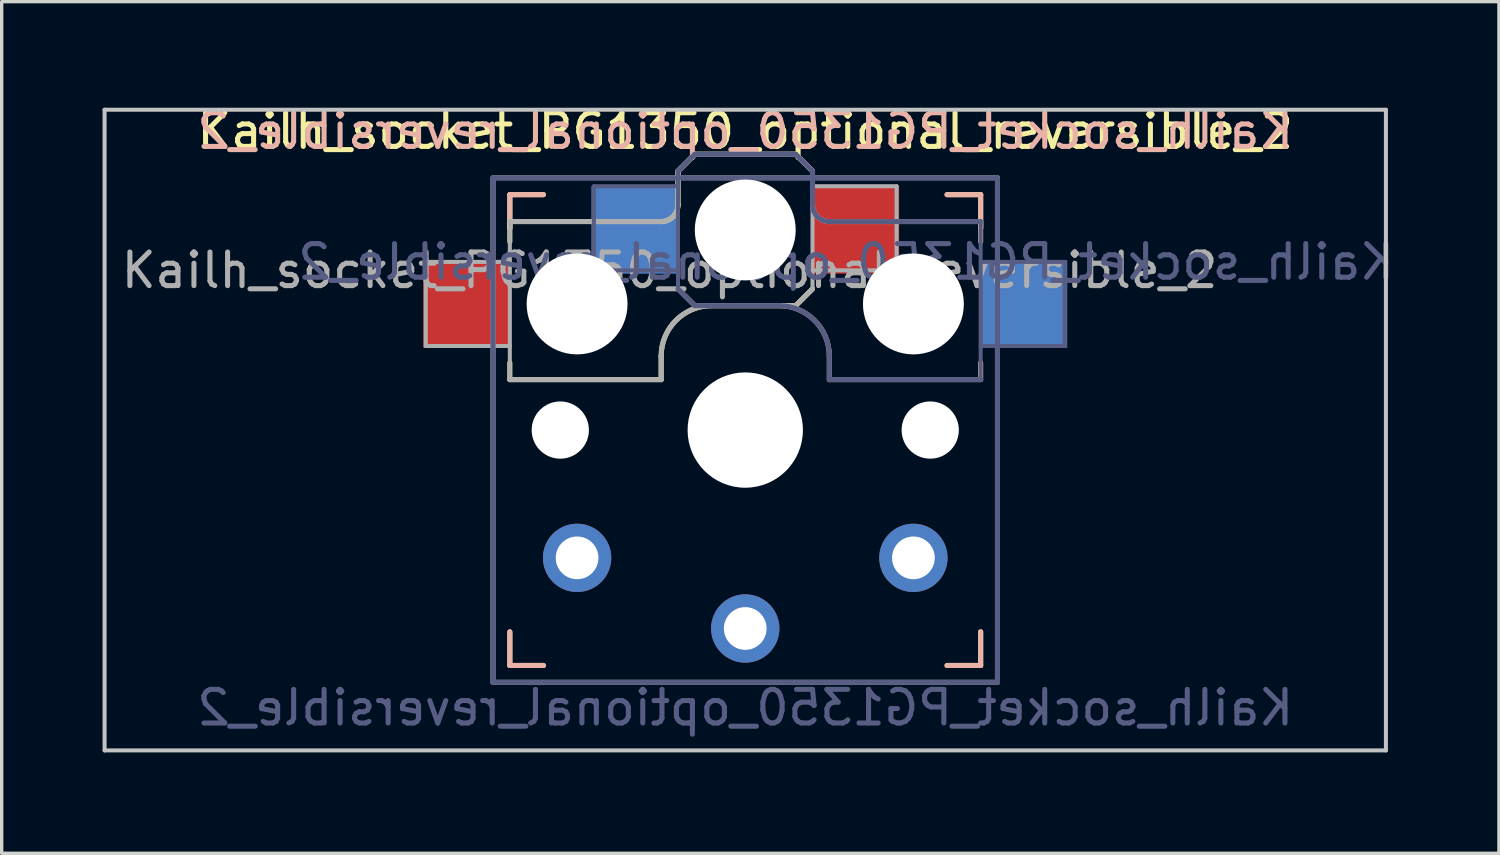
<source format=kicad_pcb>
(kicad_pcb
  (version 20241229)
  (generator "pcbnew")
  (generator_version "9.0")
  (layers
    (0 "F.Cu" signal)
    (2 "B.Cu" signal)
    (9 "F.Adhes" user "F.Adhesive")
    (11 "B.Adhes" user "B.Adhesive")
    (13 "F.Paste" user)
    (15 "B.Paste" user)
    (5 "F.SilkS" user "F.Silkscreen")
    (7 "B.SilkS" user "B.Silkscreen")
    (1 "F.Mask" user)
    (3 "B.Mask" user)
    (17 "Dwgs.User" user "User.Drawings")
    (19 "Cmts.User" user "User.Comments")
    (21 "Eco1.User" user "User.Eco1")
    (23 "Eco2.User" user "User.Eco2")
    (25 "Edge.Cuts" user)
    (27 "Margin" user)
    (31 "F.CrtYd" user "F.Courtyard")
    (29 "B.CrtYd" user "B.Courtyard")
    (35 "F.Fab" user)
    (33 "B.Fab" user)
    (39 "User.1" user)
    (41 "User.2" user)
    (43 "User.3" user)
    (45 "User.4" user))
  (footprint "Kailh_socket_PG1350_optional_reversible_2"
    (layer "F.Cu")
    (at 19.11 9.738)
    (property "Reference" "Kailh_socket_PG1350_optional_reversible_2" (at 0 -8.89 0) (layer "F.SilkS") (effects (font (size 1 1) (thickness 0.15))))
    (property "Value" "Kailh_socket_PG1350_optional_reversible_2" (at 0 8.255 0) (layer "F.Fab") (hide yes) (effects (font (size 1 1) (thickness 0.15))))
    (attr through_hole)
    (fp_line (start -7 -7) (end -6 -7) (stroke (width 0.15) (type solid)) (layer "F.SilkS"))
    (fp_line (start -7 -6.2) (end -2.5 -6.2) (stroke (width 0.15) (type solid)) (layer "F.SilkS"))
    (fp_line (start -7 -6) (end -7 -7) (stroke (width 0.15) (type solid)) (layer "F.SilkS"))
    (fp_line (start -7 -5.6) (end -7 -6.2) (stroke (width 0.15) (type solid)) (layer "F.SilkS"))
    (fp_line (start -7 -1.5) (end -7 -2) (stroke (width 0.15) (type solid)) (layer "F.SilkS"))
    (fp_line (start -7 7) (end -7 6) (stroke (width 0.15) (type solid)) (layer "F.SilkS"))
    (fp_line (start -6 7) (end -7 7) (stroke (width 0.15) (type solid)) (layer "F.SilkS"))
    (fp_line (start -2.5 -2.2) (end -2.5 -1.5) (stroke (width 0.15) (type solid)) (layer "F.SilkS"))
    (fp_line (start -2.5 -1.5) (end -7 -1.5) (stroke (width 0.15) (type solid)) (layer "F.SilkS"))
    (fp_line (start -2 -6.7) (end -2 -7.7) (stroke (width 0.15) (type solid)) (layer "F.SilkS"))
    (fp_line (start -1.5 -8.2) (end -2 -7.7) (stroke (width 0.15) (type solid)) (layer "F.SilkS"))
    (fp_line (start 1.5 -8.2) (end -1.5 -8.2) (stroke (width 0.15) (type solid)) (layer "F.SilkS"))
    (fp_line (start 1.5 -3.7) (end -1 -3.7) (stroke (width 0.15) (type solid)) (layer "F.SilkS"))
    (fp_line (start 2 -7.7) (end 1.5 -8.2) (stroke (width 0.15) (type solid)) (layer "F.SilkS"))
    (fp_line (start 2 -4.2) (end 1.5 -3.7) (stroke (width 0.15) (type solid)) (layer "F.SilkS"))
    (fp_line (start 6 -7) (end 7 -7) (stroke (width 0.15) (type solid)) (layer "F.SilkS"))
    (fp_line (start 7 -7) (end 7 -6) (stroke (width 0.15) (type solid)) (layer "F.SilkS"))
    (fp_line (start 7 6) (end 7 7) (stroke (width 0.15) (type solid)) (layer "F.SilkS"))
    (fp_line (start 7 7) (end 6 7) (stroke (width 0.15) (type solid)) (layer "F.SilkS"))
    (fp_arc (start -2.5 -2.2) (mid -2.06066 -3.26066) (end -1 -3.7) (stroke (width 0.15) (type solid)) (layer "F.SilkS"))
    (fp_arc (start -2 -6.7) (mid -2.146447 -6.346447) (end -2.5 -6.2) (stroke (width 0.15) (type solid)) (layer "F.SilkS"))
    (fp_line (start -7 -7) (end -6 -7) (stroke (width 0.15) (type solid)) (layer "B.SilkS"))
    (fp_line (start -7 -6) (end -7 -7) (stroke (width 0.15) (type solid)) (layer "B.SilkS"))
    (fp_line (start -7 7) (end -7 6) (stroke (width 0.15) (type solid)) (layer "B.SilkS"))
    (fp_line (start -6 7) (end -7 7) (stroke (width 0.15) (type solid)) (layer "B.SilkS"))
    (fp_line (start -2 -7.7) (end -1.5 -8.2) (stroke (width 0.15) (type solid)) (layer "B.SilkS"))
    (fp_line (start -2 -4.2) (end -1.5 -3.7) (stroke (width 0.15) (type solid)) (layer "B.SilkS"))
    (fp_line (start -1.5 -8.2) (end 1.5 -8.2) (stroke (width 0.15) (type solid)) (layer "B.SilkS"))
    (fp_line (start -1.5 -3.7) (end 1 -3.7) (stroke (width 0.15) (type solid)) (layer "B.SilkS"))
    (fp_line (start 1.5 -8.2) (end 2 -7.7) (stroke (width 0.15) (type solid)) (layer "B.SilkS"))
    (fp_line (start 2 -6.7) (end 2 -7.7) (stroke (width 0.15) (type solid)) (layer "B.SilkS"))
    (fp_line (start 2.5 -2.2) (end 2.5 -1.5) (stroke (width 0.15) (type solid)) (layer "B.SilkS"))
    (fp_line (start 2.5 -1.5) (end 7 -1.5) (stroke (width 0.15) (type solid)) (layer "B.SilkS"))
    (fp_line (start 6 -7) (end 7 -7) (stroke (width 0.15) (type solid)) (layer "B.SilkS"))
    (fp_line (start 7 -7) (end 7 -6) (stroke (width 0.15) (type solid)) (layer "B.SilkS"))
    (fp_line (start 7 -6.2) (end 2.5 -6.2) (stroke (width 0.15) (type solid)) (layer "B.SilkS"))
    (fp_line (start 7 -5.6) (end 7 -6.2) (stroke (width 0.15) (type solid)) (layer "B.SilkS"))
    (fp_line (start 7 -1.5) (end 7 -2) (stroke (width 0.15) (type solid)) (layer "B.SilkS"))
    (fp_line (start 7 6) (end 7 7) (stroke (width 0.15) (type solid)) (layer "B.SilkS"))
    (fp_line (start 7 7) (end 6 7) (stroke (width 0.15) (type solid)) (layer "B.SilkS"))
    (fp_arc (start 1 -3.7) (mid 2.06066 -3.26066) (end 2.5 -2.2) (stroke (width 0.15) (type solid)) (layer "B.SilkS"))
    (fp_arc (start 2.5 -6.2) (mid 2.146447 -6.346447) (end 2 -6.7) (stroke (width 0.15) (type solid)) (layer "B.SilkS"))
    (fp_line (start -19.05 -9.525) (end 19.05 -9.525) (stroke (width 0.12) (type solid)) (layer "Dwgs.User"))
    (fp_line (start -19.05 9.525) (end -19.05 -9.525) (stroke (width 0.12) (type solid)) (layer "Dwgs.User"))
    (fp_line (start 19.05 -9.525) (end 19.05 9.525) (stroke (width 0.12) (type solid)) (layer "Dwgs.User"))
    (fp_line (start 19.05 9.525) (end -19.05 9.525) (stroke (width 0.12) (type solid)) (layer "Dwgs.User"))
    (fp_line (start -6.9 6.9) (end -6.9 -6.9) (stroke (width 0.15) (type solid)) (layer "Eco2.User"))
    (fp_line (start -6.9 6.9) (end 6.9 6.9) (stroke (width 0.15) (type solid)) (layer "Eco2.User"))
    (fp_line (start -2.6 -3.1) (end -2.6 -6.3) (stroke (width 0.15) (type solid)) (layer "Eco2.User"))
    (fp_line (start -2.6 -3.1) (end 2.6 -3.1) (stroke (width 0.15) (type solid)) (layer "Eco2.User"))
    (fp_line (start 2.6 -6.3) (end -2.6 -6.3) (stroke (width 0.15) (type solid)) (layer "Eco2.User"))
    (fp_line (start 2.6 -3.1) (end 2.6 -6.3) (stroke (width 0.15) (type solid)) (layer "Eco2.User"))
    (fp_line (start 6.9 -6.9) (end -6.9 -6.9) (stroke (width 0.15) (type solid)) (layer "Eco2.User"))
    (fp_line (start 6.9 -6.9) (end 6.9 6.9) (stroke (width 0.15) (type solid)) (layer "Eco2.User"))
    (fp_line (start -7.5 -7.5) (end 7.5 -7.5) (stroke (width 0.15) (type solid)) (layer "B.Fab"))
    (fp_line (start -7.5 7.5) (end -7.5 -7.5) (stroke (width 0.15) (type solid)) (layer "B.Fab"))
    (fp_line (start -4.5 -7.25) (end -2 -7.25) (stroke (width 0.12) (type solid)) (layer "B.Fab"))
    (fp_line (start -4.5 -4.75) (end -4.5 -7.25) (stroke (width 0.12) (type solid)) (layer "B.Fab"))
    (fp_line (start -2 -7.7) (end -1.5 -8.2) (stroke (width 0.15) (type solid)) (layer "B.Fab"))
    (fp_line (start -2 -4.75) (end -4.5 -4.75) (stroke (width 0.12) (type solid)) (layer "B.Fab"))
    (fp_line (start -2 -4.25) (end -2 -7.7) (stroke (width 0.12) (type solid)) (layer "B.Fab"))
    (fp_line (start -2 -4.2) (end -1.5 -3.7) (stroke (width 0.15) (type solid)) (layer "B.Fab"))
    (fp_line (start -1.5 -8.2) (end 1.5 -8.2) (stroke (width 0.15) (type solid)) (layer "B.Fab"))
    (fp_line (start -1.5 -3.7) (end 1 -3.7) (stroke (width 0.15) (type solid)) (layer "B.Fab"))
    (fp_line (start 1.5 -8.2) (end 2 -7.7) (stroke (width 0.15) (type solid)) (layer "B.Fab"))
    (fp_line (start 2 -6.7) (end 2 -7.7) (stroke (width 0.15) (type solid)) (layer "B.Fab"))
    (fp_line (start 2.5 -2.2) (end 2.5 -1.5) (stroke (width 0.15) (type solid)) (layer "B.Fab"))
    (fp_line (start 2.5 -1.5) (end 7 -1.5) (stroke (width 0.15) (type solid)) (layer "B.Fab"))
    (fp_line (start 7 -6.2) (end 2.5 -6.2) (stroke (width 0.15) (type solid)) (layer "B.Fab"))
    (fp_line (start 7 -5) (end 9.5 -5) (stroke (width 0.12) (type solid)) (layer "B.Fab"))
    (fp_line (start 7 -1.5) (end 7 -6.2) (stroke (width 0.12) (type solid)) (layer "B.Fab"))
    (fp_line (start 7.5 -7.5) (end 7.5 7.5) (stroke (width 0.15) (type solid)) (layer "B.Fab"))
    (fp_line (start 7.5 7.5) (end -7.5 7.5) (stroke (width 0.15) (type solid)) (layer "B.Fab"))
    (fp_line (start 9.5 -5) (end 9.5 -2.5) (stroke (width 0.12) (type solid)) (layer "B.Fab"))
    (fp_line (start 9.5 -2.5) (end 7 -2.5) (stroke (width 0.12) (type solid)) (layer "B.Fab"))
    (fp_arc (start 1 -3.7) (mid 2.06066 -3.26066) (end 2.5 -2.2) (stroke (width 0.15) (type solid)) (layer "B.Fab"))
    (fp_arc (start 2.5 -6.2) (mid 2.146447 -6.346447) (end 2 -6.7) (stroke (width 0.15) (type solid)) (layer "B.Fab"))
    (fp_line (start -9.5 -5) (end -9.5 -2.5) (stroke (width 0.12) (type solid)) (layer "F.Fab"))
    (fp_line (start -9.5 -2.5) (end -7 -2.5) (stroke (width 0.12) (type solid)) (layer "F.Fab"))
    (fp_line (start -7.5 -7.5) (end 7.5 -7.5) (stroke (width 0.15) (type solid)) (layer "F.Fab"))
    (fp_line (start -7.5 7.5) (end -7.5 -7.5) (stroke (width 0.15) (type solid)) (layer "F.Fab"))
    (fp_line (start -7 -6.2) (end -2.5 -6.2) (stroke (width 0.15) (type solid)) (layer "F.Fab"))
    (fp_line (start -7 -5) (end -9.5 -5) (stroke (width 0.12) (type solid)) (layer "F.Fab"))
    (fp_line (start -7 -1.5) (end -7 -6.2) (stroke (width 0.12) (type solid)) (layer "F.Fab"))
    (fp_line (start -2.5 -2.2) (end -2.5 -1.5) (stroke (width 0.15) (type solid)) (layer "F.Fab"))
    (fp_line (start -2.5 -1.5) (end -7 -1.5) (stroke (width 0.15) (type solid)) (layer "F.Fab"))
    (fp_line (start -2 -6.7) (end -2 -7.7) (stroke (width 0.15) (type solid)) (layer "F.Fab"))
    (fp_line (start -1.5 -8.2) (end -2 -7.7) (stroke (width 0.15) (type solid)) (layer "F.Fab"))
    (fp_line (start 1.5 -8.2) (end -1.5 -8.2) (stroke (width 0.15) (type solid)) (layer "F.Fab"))
    (fp_line (start 1.5 -3.7) (end -1 -3.7) (stroke (width 0.15) (type solid)) (layer "F.Fab"))
    (fp_line (start 2 -7.7) (end 1.5 -8.2) (stroke (width 0.15) (type solid)) (layer "F.Fab"))
    (fp_line (start 2 -4.75) (end 4.5 -4.75) (stroke (width 0.12) (type solid)) (layer "F.Fab"))
    (fp_line (start 2 -4.25) (end 2 -7.7) (stroke (width 0.12) (type solid)) (layer "F.Fab"))
    (fp_line (start 2 -4.2) (end 1.5 -3.7) (stroke (width 0.15) (type solid)) (layer "F.Fab"))
    (fp_line (start 4.5 -7.25) (end 2 -7.25) (stroke (width 0.12) (type solid)) (layer "F.Fab"))
    (fp_line (start 4.5 -4.75) (end 4.5 -7.25) (stroke (width 0.12) (type solid)) (layer "F.Fab"))
    (fp_line (start 7.5 -7.5) (end 7.5 7.5) (stroke (width 0.15) (type solid)) (layer "F.Fab"))
    (fp_line (start 7.5 7.5) (end -7.5 7.5) (stroke (width 0.15) (type solid)) (layer "F.Fab"))
    (fp_arc (start -2.5 -2.2) (mid -2.06066 -3.26066) (end -1 -3.7) (stroke (width 0.15) (type solid)) (layer "F.Fab"))
    (fp_arc (start -2 -6.7) (mid -2.146447 -6.346447) (end -2.5 -6.2) (stroke (width 0.15) (type solid)) (layer "F.Fab"))
    (fp_text user "${REFERENCE}" (at 0 -8.89 0) (layer "B.SilkS") (effects (font (size 1 1) (thickness 0.15)) (justify mirror)))
    (fp_text user "${REFERENCE}" (at 3 -5 180) (layer "B.Fab") (effects (font (size 1 1) (thickness 0.15)) (justify mirror)))
    (fp_text user "${VALUE}" (at 0 8.255 0) (layer "B.Fab") (effects (font (size 1 1) (thickness 0.15)) (justify mirror)))
    (fp_text user "${REFERENCE}" (at -2.25 -4.75 0) (layer "F.Fab") (effects (font (size 1 1) (thickness 0.15))))
    (pad "" np_thru_hole circle (at -5.5 0) (size 1.702 1.702) (drill 1.702) (layers "*.Cu" "*.Mask"))
    (pad "" np_thru_hole circle (at -5 -3.75) (size 3 3) (drill 3) (layers "*.Cu" "*.Mask"))
    (pad "" np_thru_hole circle (at 0 -5.95) (size 3 3) (drill 3) (layers "*.Cu" "*.Mask"))
    (pad "" np_thru_hole circle (at 0 0) (size 3.429 3.429) (drill 3.429) (layers "*.Cu" "*.Mask"))
    (pad "" np_thru_hole circle (at 5 -3.75) (size 3 3) (drill 3) (layers "*.Cu" "*.Mask"))
    (pad "" np_thru_hole circle (at 5.5 0) (size 1.702 1.702) (drill 1.702) (layers "*.Cu" "*.Mask"))
    (pad "1" smd rect (at -3.275 -5.95) (size 2.6 2.6) (layers "B.Cu" "B.Mask" "B.Paste"))
    (pad "1" thru_hole circle (at 0 5.9) (size 2.032 2.032) (drill 1.27) (layers "*.Cu" "*.Mask"))
    (pad "1" smd rect (at 3.275 -5.95) (size 2.6 2.6) (layers "F.Cu" "F.Mask" "F.Paste"))
    (pad "2" smd rect (at -8.275 -3.75) (size 2.6 2.6) (layers "F.Cu" "F.Mask" "F.Paste"))
    (pad "2" thru_hole circle (at -5 3.8) (size 2.032 2.032) (drill 1.27) (layers "*.Cu" "*.Mask"))
    (pad "2" thru_hole circle (at 5 3.8) (size 2.032 2.032) (drill 1.27) (layers "*.Cu" "*.Mask"))
    (pad "2" smd rect (at 8.275 -3.75) (size 2.6 2.6) (layers "B.Cu" "B.Mask" "B.Paste")))
  (gr_rect
    (start -3 -3)
    (end 41.521 22.323)
    (stroke (width 0.1) (type default))
    (fill no)
    (layer "Edge.Cuts")))
</source>
